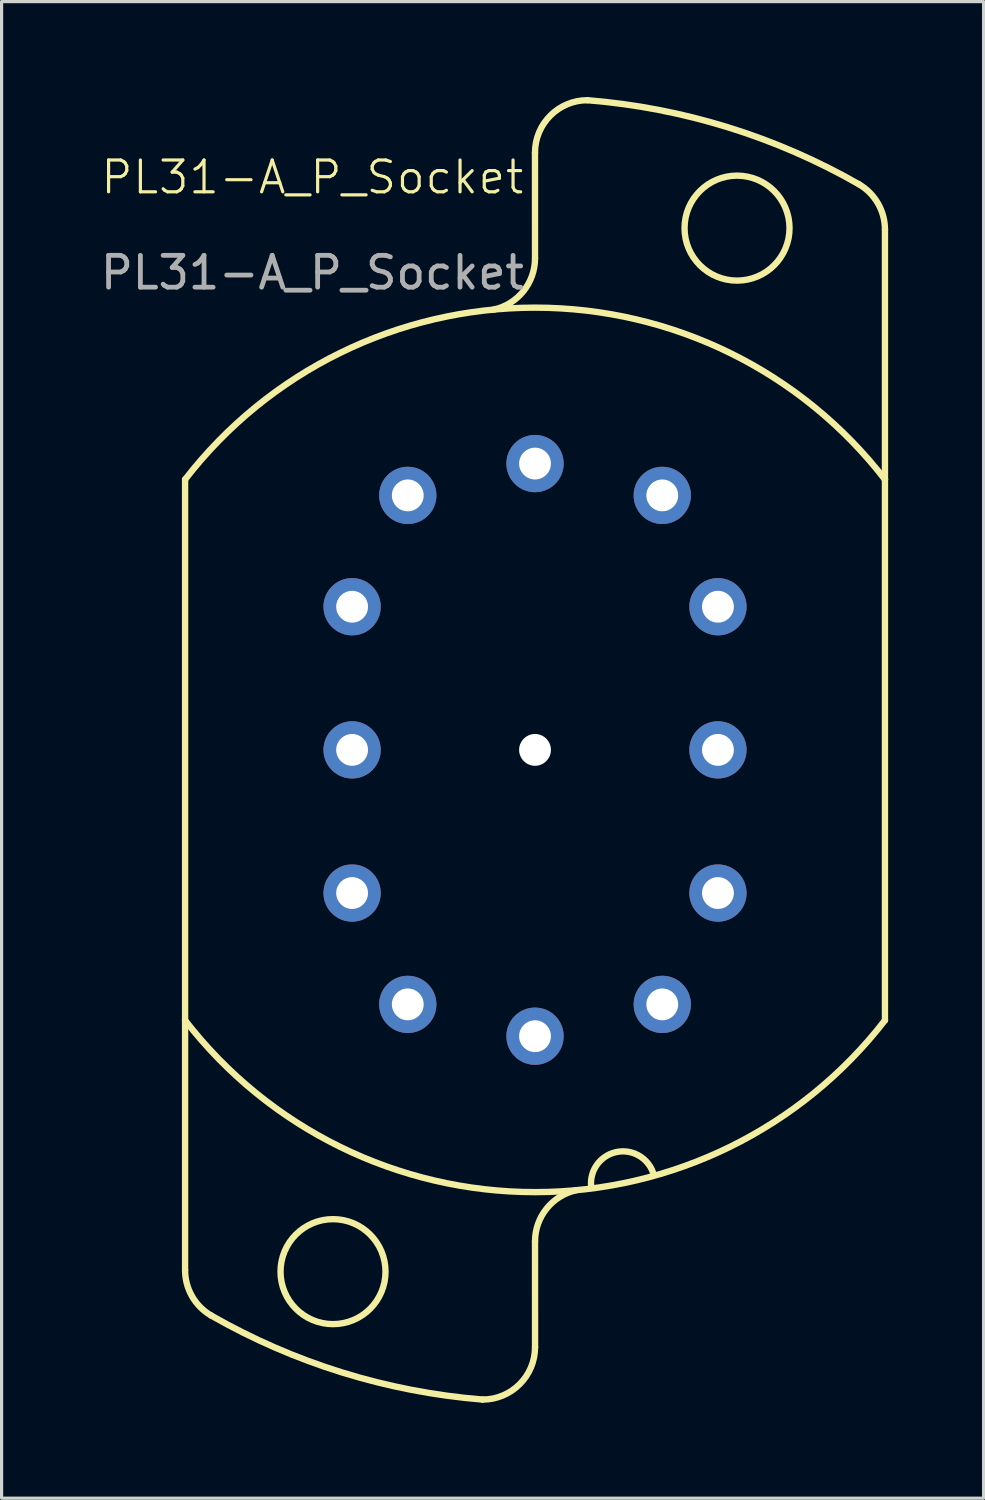
<source format=kicad_pcb>
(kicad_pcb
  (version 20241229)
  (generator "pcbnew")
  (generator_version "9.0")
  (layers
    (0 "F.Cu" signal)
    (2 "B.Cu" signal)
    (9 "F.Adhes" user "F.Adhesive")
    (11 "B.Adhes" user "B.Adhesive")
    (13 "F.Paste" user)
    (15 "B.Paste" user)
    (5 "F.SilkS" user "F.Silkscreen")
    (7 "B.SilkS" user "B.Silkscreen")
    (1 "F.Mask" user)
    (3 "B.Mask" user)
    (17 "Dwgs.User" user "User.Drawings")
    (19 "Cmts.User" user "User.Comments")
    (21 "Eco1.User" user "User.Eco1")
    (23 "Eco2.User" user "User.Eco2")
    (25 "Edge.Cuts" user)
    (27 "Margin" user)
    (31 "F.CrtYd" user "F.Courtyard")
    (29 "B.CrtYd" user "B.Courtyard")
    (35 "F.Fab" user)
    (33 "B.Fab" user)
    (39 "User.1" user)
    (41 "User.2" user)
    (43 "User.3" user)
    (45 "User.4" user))
  (footprint "PL31-A_P_Socket"
    (layer "F.Cu")
    (at 13.768 20.522)
    (property "Reference" "PL31-A_P_Socket" (at -7 -18 0) (unlocked yes) (layer "F.SilkS") (effects (font (size 1 1) (thickness 0.1))))
    (attr through_hole)
    (fp_line (start -11 8.5) (end -11 -8.5) (stroke (width 0.2) (type solid)) (layer "F.SilkS"))
    (fp_line (start -11 8.5) (end -11 16.354) (stroke (width 0.2) (type solid)) (layer "F.SilkS"))
    (fp_line (start -0.001 -18.772) (end 0.00004 -15.453) (stroke (width 0.2) (type solid)) (layer "F.SilkS"))
    (fp_line (start 0.001 18.772) (end -0.000041 15.453) (stroke (width 0.2) (type solid)) (layer "F.SilkS"))
    (fp_line (start 11 -8.5) (end 11 -16.354) (stroke (width 0.2) (type solid)) (layer "F.SilkS"))
    (fp_line (start 11 8.5) (end 11 -8.5) (stroke (width 0.2) (type solid)) (layer "F.SilkS"))
    (fp_arc (start -11.000001 -8.500001) (mid 0 -13.90144) (end 11.000001 -8.5) (stroke (width 0.2) (type solid)) (layer "F.SilkS"))
    (fp_arc (start -10.182511 17.779055) (mid -10.781109 17.175712) (end -11 16.354476) (stroke (width 0.2) (type solid)) (layer "F.SilkS"))
    (fp_arc (start -1.649111 20.422023) (mid -6.061234 19.571409) (end -10.181826 17.779455) (stroke (width 0.2) (type solid)) (layer "F.SilkS"))
    (fp_arc (start -0.000869 -18.772228) (mid 0.482339 -19.938814) (end 1.648921 -20.422031) (stroke (width 0.2) (type solid)) (layer "F.SilkS"))
    (fp_arc (start -0.000002 15.45317) (mid 0.365989 14.416916) (end 1.301599 13.84037) (stroke (width 0.2) (type solid)) (layer "F.SilkS"))
    (fp_arc (start 0.000001 -15.453171) (mid -0.36599 -14.416917) (end -1.3016 -13.840371) (stroke (width 0.2) (type solid)) (layer "F.SilkS"))
    (fp_arc (start 0.000898 18.772023) (mid -0.482376 19.938749) (end -1.649102 20.422023) (stroke (width 0.2) (type solid)) (layer "F.SilkS"))
    (fp_arc (start 1.648921 -20.422031) (mid 6.061519 -19.571313) (end 10.182508 -17.779056) (stroke (width 0.2) (type solid)) (layer "F.SilkS"))
    (fp_arc (start 1.76487 13.729708) (mid 2.537686 12.64525) (end 3.707818 13.280928) (stroke (width 0.2) (type solid)) (layer "F.SilkS"))
    (fp_arc (start 10.18251 -17.779056) (mid 10.781108 -17.175713) (end 10.999999 -16.354477) (stroke (width 0.2) (type solid)) (layer "F.SilkS"))
    (fp_arc (start 11 8.5) (mid -0.000001 13.901439) (end -11.000001 8.499999) (stroke (width 0.2) (type solid)) (layer "F.SilkS"))
    (fp_circle (center -6.35 16.401) (end -8 16.401) (stroke (width 0.2) (type solid)) (fill no) (layer "F.SilkS"))
    (fp_circle (center 6.35 -16.401) (end 8 -16.401) (stroke (width 0.2) (type solid)) (fill no) (layer "F.SilkS"))
    (fp_text user "${REFERENCE}" (at -7 -15 0) (unlocked yes) (layer "F.Fab") (effects (font (size 1 1) (thickness 0.15))))
    (pad "" np_thru_hole circle (at 0 0) (size 1 1) (drill 4.5) (layers "*.Cu" "*.Mask"))
    (pad "1" thru_hole circle (at 4 -8) (size 1.8 1.8) (drill 1) (layers "*.Cu" "*.Mask"))
    (pad "2" thru_hole circle (at 5.75 -4.5) (size 1.8 1.8) (drill 1) (layers "*.Cu" "*.Mask"))
    (pad "3" thru_hole circle (at 5.75 0) (size 1.8 1.8) (drill 1) (layers "*.Cu" "*.Mask"))
    (pad "4" thru_hole circle (at 5.75 4.5) (size 1.8 1.8) (drill 1) (layers "*.Cu" "*.Mask"))
    (pad "5" thru_hole circle (at 4 8) (size 1.8 1.8) (drill 1) (layers "*.Cu" "*.Mask"))
    (pad "6" thru_hole circle (at 0 9) (size 1.8 1.8) (drill 1) (layers "*.Cu" "*.Mask"))
    (pad "7" thru_hole circle (at -4 8) (size 1.8 1.8) (drill 1) (layers "*.Cu" "*.Mask"))
    (pad "8" thru_hole circle (at -5.75 4.5) (size 1.8 1.8) (drill 1) (layers "*.Cu" "*.Mask"))
    (pad "9" thru_hole circle (at -5.75 0) (size 1.8 1.8) (drill 1) (layers "*.Cu" "*.Mask"))
    (pad "10" thru_hole circle (at -5.75 -4.5) (size 1.8 1.8) (drill 1) (layers "*.Cu" "*.Mask"))
    (pad "11" thru_hole circle (at -4 -8) (size 1.8 1.8) (drill 1) (layers "*.Cu" "*.Mask"))
    (pad "12" thru_hole circle (at 0 -9) (size 1.8 1.8) (drill 1) (layers "*.Cu" "*.Mask")))
  (gr_rect
    (start -3 -3)
    (end 27.868 44.044)
    (stroke (width 0.1) (type default))
    (fill no)
    (layer "Edge.Cuts")))
</source>
